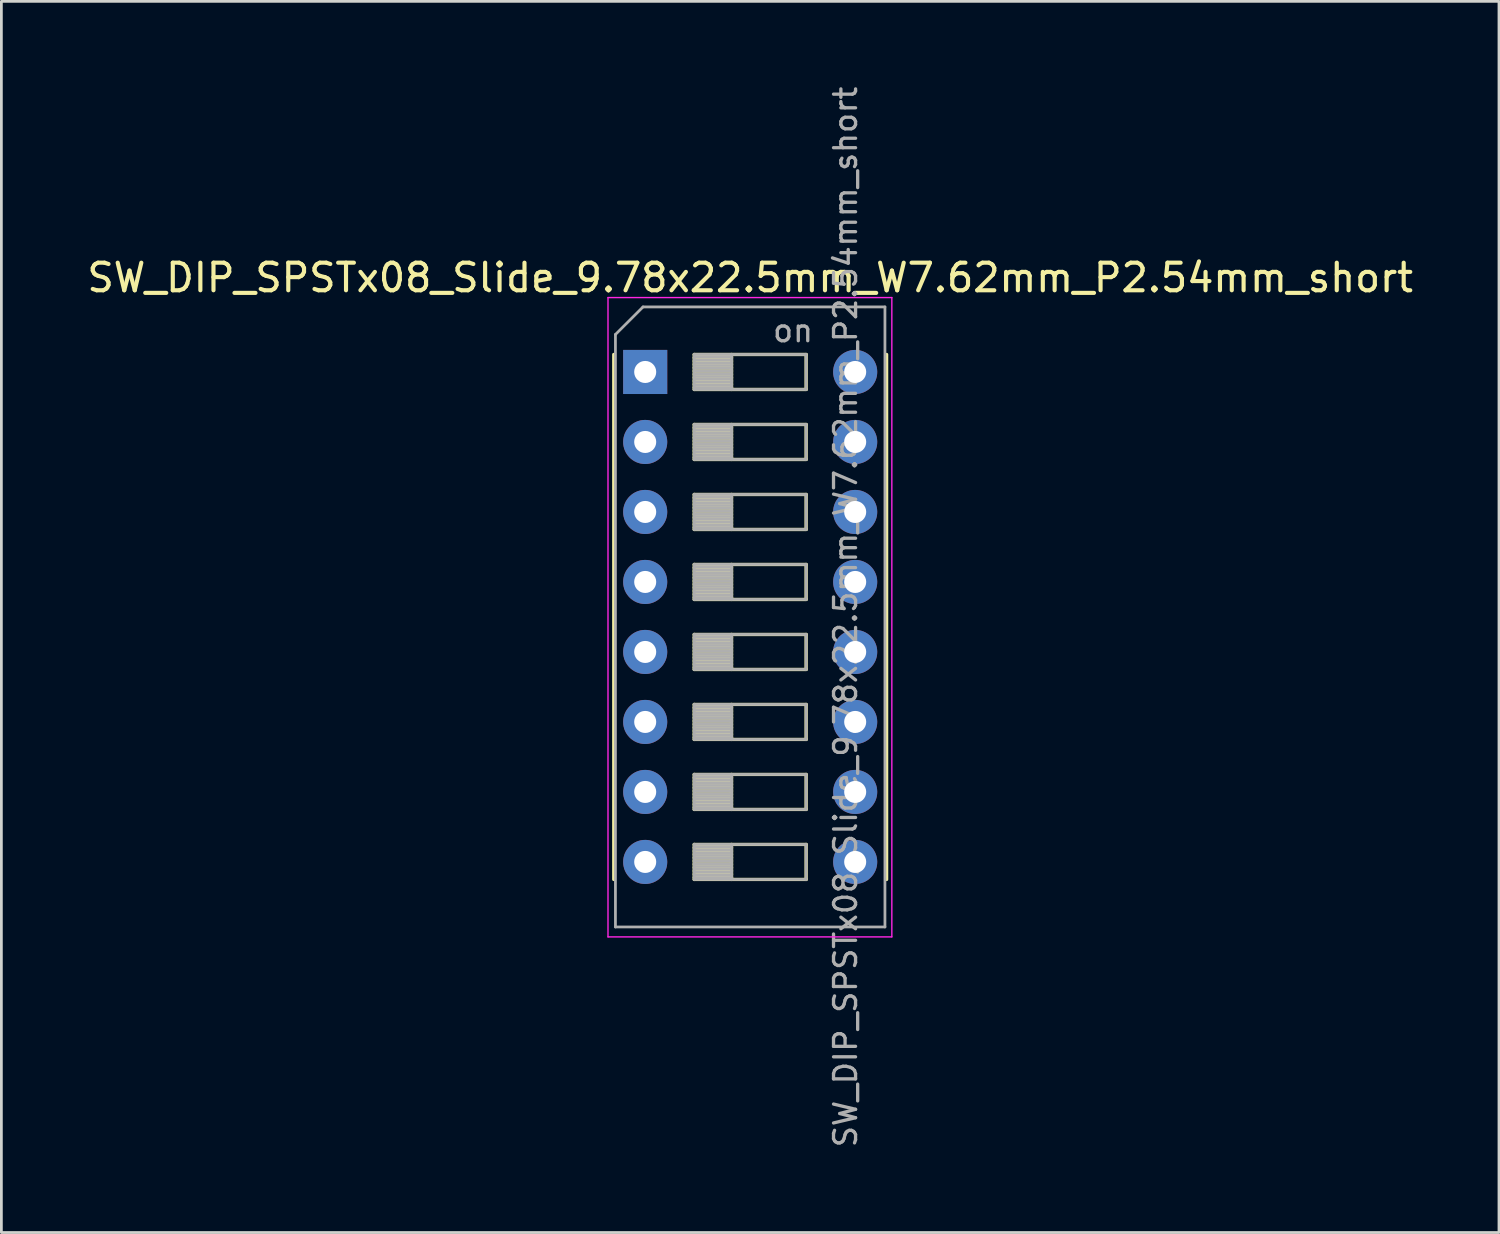
<source format=kicad_pcb>
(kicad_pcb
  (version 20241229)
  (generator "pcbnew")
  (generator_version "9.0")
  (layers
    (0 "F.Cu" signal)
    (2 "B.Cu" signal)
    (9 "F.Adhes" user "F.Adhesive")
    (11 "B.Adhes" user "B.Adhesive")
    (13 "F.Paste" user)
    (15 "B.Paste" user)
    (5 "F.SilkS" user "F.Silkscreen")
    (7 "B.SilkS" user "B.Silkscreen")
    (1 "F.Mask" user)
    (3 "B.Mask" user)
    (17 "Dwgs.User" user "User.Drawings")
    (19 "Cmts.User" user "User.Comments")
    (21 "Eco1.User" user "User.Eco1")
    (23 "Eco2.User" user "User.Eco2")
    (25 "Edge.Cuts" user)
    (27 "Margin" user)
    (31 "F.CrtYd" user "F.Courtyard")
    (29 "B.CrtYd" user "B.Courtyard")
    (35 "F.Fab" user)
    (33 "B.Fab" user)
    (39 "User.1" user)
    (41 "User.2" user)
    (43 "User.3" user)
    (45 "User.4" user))
  (footprint "SW_DIP_SPSTx08_Slide_9.78x22.5mm_W7.62mm_P2.54mm_short"
    (layer "F.Cu")
    (at 20.363 10.448)
    (property "Reference" "SW_DIP_SPSTx08_Slide_9.78x22.5mm_W7.62mm_P2.54mm_short" (at 3.81 -3.42 0) (layer "F.SilkS") (effects (font (size 1 1) (thickness 0.15))))
    (attr through_hole)
    (fp_line (start -1.14 -0.635) (end -1.14 18.415) (stroke (width 0.12) (type solid)) (layer "F.SilkS"))
    (fp_line (start 1.78 -0.635) (end 1.78 0.635) (stroke (width 0.12) (type solid)) (layer "F.SilkS"))
    (fp_line (start 1.78 -0.515) (end 3.133 -0.515) (stroke (width 0.12) (type solid)) (layer "F.SilkS"))
    (fp_line (start 1.78 -0.395) (end 3.133 -0.395) (stroke (width 0.12) (type solid)) (layer "F.SilkS"))
    (fp_line (start 1.78 -0.275) (end 3.133 -0.275) (stroke (width 0.12) (type solid)) (layer "F.SilkS"))
    (fp_line (start 1.78 -0.155) (end 3.133 -0.155) (stroke (width 0.12) (type solid)) (layer "F.SilkS"))
    (fp_line (start 1.78 -0.035) (end 3.133 -0.035) (stroke (width 0.12) (type solid)) (layer "F.SilkS"))
    (fp_line (start 1.78 0.085) (end 3.133 0.085) (stroke (width 0.12) (type solid)) (layer "F.SilkS"))
    (fp_line (start 1.78 0.205) (end 3.133 0.205) (stroke (width 0.12) (type solid)) (layer "F.SilkS"))
    (fp_line (start 1.78 0.325) (end 3.133 0.325) (stroke (width 0.12) (type solid)) (layer "F.SilkS"))
    (fp_line (start 1.78 0.445) (end 3.133 0.445) (stroke (width 0.12) (type solid)) (layer "F.SilkS"))
    (fp_line (start 1.78 0.565) (end 3.133 0.565) (stroke (width 0.12) (type solid)) (layer "F.SilkS"))
    (fp_line (start 1.78 0.635) (end 5.84 0.635) (stroke (width 0.12) (type solid)) (layer "F.SilkS"))
    (fp_line (start 1.78 1.905) (end 1.78 3.175) (stroke (width 0.12) (type solid)) (layer "F.SilkS"))
    (fp_line (start 1.78 2.025) (end 3.133 2.025) (stroke (width 0.12) (type solid)) (layer "F.SilkS"))
    (fp_line (start 1.78 2.145) (end 3.133 2.145) (stroke (width 0.12) (type solid)) (layer "F.SilkS"))
    (fp_line (start 1.78 2.265) (end 3.133 2.265) (stroke (width 0.12) (type solid)) (layer "F.SilkS"))
    (fp_line (start 1.78 2.385) (end 3.133 2.385) (stroke (width 0.12) (type solid)) (layer "F.SilkS"))
    (fp_line (start 1.78 2.505) (end 3.133 2.505) (stroke (width 0.12) (type solid)) (layer "F.SilkS"))
    (fp_line (start 1.78 2.625) (end 3.133 2.625) (stroke (width 0.12) (type solid)) (layer "F.SilkS"))
    (fp_line (start 1.78 2.745) (end 3.133 2.745) (stroke (width 0.12) (type solid)) (layer "F.SilkS"))
    (fp_line (start 1.78 2.865) (end 3.133 2.865) (stroke (width 0.12) (type solid)) (layer "F.SilkS"))
    (fp_line (start 1.78 2.985) (end 3.133 2.985) (stroke (width 0.12) (type solid)) (layer "F.SilkS"))
    (fp_line (start 1.78 3.105) (end 3.133 3.105) (stroke (width 0.12) (type solid)) (layer "F.SilkS"))
    (fp_line (start 1.78 3.175) (end 5.84 3.175) (stroke (width 0.12) (type solid)) (layer "F.SilkS"))
    (fp_line (start 1.78 4.445) (end 1.78 5.715) (stroke (width 0.12) (type solid)) (layer "F.SilkS"))
    (fp_line (start 1.78 4.565) (end 3.133 4.565) (stroke (width 0.12) (type solid)) (layer "F.SilkS"))
    (fp_line (start 1.78 4.685) (end 3.133 4.685) (stroke (width 0.12) (type solid)) (layer "F.SilkS"))
    (fp_line (start 1.78 4.805) (end 3.133 4.805) (stroke (width 0.12) (type solid)) (layer "F.SilkS"))
    (fp_line (start 1.78 4.925) (end 3.133 4.925) (stroke (width 0.12) (type solid)) (layer "F.SilkS"))
    (fp_line (start 1.78 5.045) (end 3.133 5.045) (stroke (width 0.12) (type solid)) (layer "F.SilkS"))
    (fp_line (start 1.78 5.165) (end 3.133 5.165) (stroke (width 0.12) (type solid)) (layer "F.SilkS"))
    (fp_line (start 1.78 5.285) (end 3.133 5.285) (stroke (width 0.12) (type solid)) (layer "F.SilkS"))
    (fp_line (start 1.78 5.405) (end 3.133 5.405) (stroke (width 0.12) (type solid)) (layer "F.SilkS"))
    (fp_line (start 1.78 5.525) (end 3.133 5.525) (stroke (width 0.12) (type solid)) (layer "F.SilkS"))
    (fp_line (start 1.78 5.645) (end 3.133 5.645) (stroke (width 0.12) (type solid)) (layer "F.SilkS"))
    (fp_line (start 1.78 5.715) (end 5.84 5.715) (stroke (width 0.12) (type solid)) (layer "F.SilkS"))
    (fp_line (start 1.78 6.985) (end 1.78 8.255) (stroke (width 0.12) (type solid)) (layer "F.SilkS"))
    (fp_line (start 1.78 7.105) (end 3.133 7.105) (stroke (width 0.12) (type solid)) (layer "F.SilkS"))
    (fp_line (start 1.78 7.225) (end 3.133 7.225) (stroke (width 0.12) (type solid)) (layer "F.SilkS"))
    (fp_line (start 1.78 7.345) (end 3.133 7.345) (stroke (width 0.12) (type solid)) (layer "F.SilkS"))
    (fp_line (start 1.78 7.465) (end 3.133 7.465) (stroke (width 0.12) (type solid)) (layer "F.SilkS"))
    (fp_line (start 1.78 7.585) (end 3.133 7.585) (stroke (width 0.12) (type solid)) (layer "F.SilkS"))
    (fp_line (start 1.78 7.705) (end 3.133 7.705) (stroke (width 0.12) (type solid)) (layer "F.SilkS"))
    (fp_line (start 1.78 7.825) (end 3.133 7.825) (stroke (width 0.12) (type solid)) (layer "F.SilkS"))
    (fp_line (start 1.78 7.945) (end 3.133 7.945) (stroke (width 0.12) (type solid)) (layer "F.SilkS"))
    (fp_line (start 1.78 8.065) (end 3.133 8.065) (stroke (width 0.12) (type solid)) (layer "F.SilkS"))
    (fp_line (start 1.78 8.185) (end 3.133 8.185) (stroke (width 0.12) (type solid)) (layer "F.SilkS"))
    (fp_line (start 1.78 8.255) (end 5.84 8.255) (stroke (width 0.12) (type solid)) (layer "F.SilkS"))
    (fp_line (start 1.78 9.525) (end 1.78 10.795) (stroke (width 0.12) (type solid)) (layer "F.SilkS"))
    (fp_line (start 1.78 9.645) (end 3.133 9.645) (stroke (width 0.12) (type solid)) (layer "F.SilkS"))
    (fp_line (start 1.78 9.765) (end 3.133 9.765) (stroke (width 0.12) (type solid)) (layer "F.SilkS"))
    (fp_line (start 1.78 9.885) (end 3.133 9.885) (stroke (width 0.12) (type solid)) (layer "F.SilkS"))
    (fp_line (start 1.78 10.005) (end 3.133 10.005) (stroke (width 0.12) (type solid)) (layer "F.SilkS"))
    (fp_line (start 1.78 10.125) (end 3.133 10.125) (stroke (width 0.12) (type solid)) (layer "F.SilkS"))
    (fp_line (start 1.78 10.245) (end 3.133 10.245) (stroke (width 0.12) (type solid)) (layer "F.SilkS"))
    (fp_line (start 1.78 10.365) (end 3.133 10.365) (stroke (width 0.12) (type solid)) (layer "F.SilkS"))
    (fp_line (start 1.78 10.485) (end 3.133 10.485) (stroke (width 0.12) (type solid)) (layer "F.SilkS"))
    (fp_line (start 1.78 10.605) (end 3.133 10.605) (stroke (width 0.12) (type solid)) (layer "F.SilkS"))
    (fp_line (start 1.78 10.725) (end 3.133 10.725) (stroke (width 0.12) (type solid)) (layer "F.SilkS"))
    (fp_line (start 1.78 10.795) (end 5.84 10.795) (stroke (width 0.12) (type solid)) (layer "F.SilkS"))
    (fp_line (start 1.78 12.065) (end 1.78 13.335) (stroke (width 0.12) (type solid)) (layer "F.SilkS"))
    (fp_line (start 1.78 12.185) (end 3.133 12.185) (stroke (width 0.12) (type solid)) (layer "F.SilkS"))
    (fp_line (start 1.78 12.305) (end 3.133 12.305) (stroke (width 0.12) (type solid)) (layer "F.SilkS"))
    (fp_line (start 1.78 12.425) (end 3.133 12.425) (stroke (width 0.12) (type solid)) (layer "F.SilkS"))
    (fp_line (start 1.78 12.545) (end 3.133 12.545) (stroke (width 0.12) (type solid)) (layer "F.SilkS"))
    (fp_line (start 1.78 12.665) (end 3.133 12.665) (stroke (width 0.12) (type solid)) (layer "F.SilkS"))
    (fp_line (start 1.78 12.785) (end 3.133 12.785) (stroke (width 0.12) (type solid)) (layer "F.SilkS"))
    (fp_line (start 1.78 12.905) (end 3.133 12.905) (stroke (width 0.12) (type solid)) (layer "F.SilkS"))
    (fp_line (start 1.78 13.025) (end 3.133 13.025) (stroke (width 0.12) (type solid)) (layer "F.SilkS"))
    (fp_line (start 1.78 13.145) (end 3.133 13.145) (stroke (width 0.12) (type solid)) (layer "F.SilkS"))
    (fp_line (start 1.78 13.265) (end 3.133 13.265) (stroke (width 0.12) (type solid)) (layer "F.SilkS"))
    (fp_line (start 1.78 13.335) (end 5.84 13.335) (stroke (width 0.12) (type solid)) (layer "F.SilkS"))
    (fp_line (start 1.78 14.605) (end 1.78 15.875) (stroke (width 0.12) (type solid)) (layer "F.SilkS"))
    (fp_line (start 1.78 14.725) (end 3.133 14.725) (stroke (width 0.12) (type solid)) (layer "F.SilkS"))
    (fp_line (start 1.78 14.845) (end 3.133 14.845) (stroke (width 0.12) (type solid)) (layer "F.SilkS"))
    (fp_line (start 1.78 14.965) (end 3.133 14.965) (stroke (width 0.12) (type solid)) (layer "F.SilkS"))
    (fp_line (start 1.78 15.085) (end 3.133 15.085) (stroke (width 0.12) (type solid)) (layer "F.SilkS"))
    (fp_line (start 1.78 15.205) (end 3.133 15.205) (stroke (width 0.12) (type solid)) (layer "F.SilkS"))
    (fp_line (start 1.78 15.325) (end 3.133 15.325) (stroke (width 0.12) (type solid)) (layer "F.SilkS"))
    (fp_line (start 1.78 15.445) (end 3.133 15.445) (stroke (width 0.12) (type solid)) (layer "F.SilkS"))
    (fp_line (start 1.78 15.565) (end 3.133 15.565) (stroke (width 0.12) (type solid)) (layer "F.SilkS"))
    (fp_line (start 1.78 15.685) (end 3.133 15.685) (stroke (width 0.12) (type solid)) (layer "F.SilkS"))
    (fp_line (start 1.78 15.805) (end 3.133 15.805) (stroke (width 0.12) (type solid)) (layer "F.SilkS"))
    (fp_line (start 1.78 15.875) (end 5.84 15.875) (stroke (width 0.12) (type solid)) (layer "F.SilkS"))
    (fp_line (start 1.78 17.145) (end 1.78 18.415) (stroke (width 0.12) (type solid)) (layer "F.SilkS"))
    (fp_line (start 1.78 17.265) (end 3.133 17.265) (stroke (width 0.12) (type solid)) (layer "F.SilkS"))
    (fp_line (start 1.78 17.385) (end 3.133 17.385) (stroke (width 0.12) (type solid)) (layer "F.SilkS"))
    (fp_line (start 1.78 17.505) (end 3.133 17.505) (stroke (width 0.12) (type solid)) (layer "F.SilkS"))
    (fp_line (start 1.78 17.625) (end 3.133 17.625) (stroke (width 0.12) (type solid)) (layer "F.SilkS"))
    (fp_line (start 1.78 17.745) (end 3.133 17.745) (stroke (width 0.12) (type solid)) (layer "F.SilkS"))
    (fp_line (start 1.78 17.865) (end 3.133 17.865) (stroke (width 0.12) (type solid)) (layer "F.SilkS"))
    (fp_line (start 1.78 17.985) (end 3.133 17.985) (stroke (width 0.12) (type solid)) (layer "F.SilkS"))
    (fp_line (start 1.78 18.105) (end 3.133 18.105) (stroke (width 0.12) (type solid)) (layer "F.SilkS"))
    (fp_line (start 1.78 18.225) (end 3.133 18.225) (stroke (width 0.12) (type solid)) (layer "F.SilkS"))
    (fp_line (start 1.78 18.345) (end 3.133 18.345) (stroke (width 0.12) (type solid)) (layer "F.SilkS"))
    (fp_line (start 1.78 18.415) (end 5.84 18.415) (stroke (width 0.12) (type solid)) (layer "F.SilkS"))
    (fp_line (start 3.133 -0.635) (end 3.133 0.635) (stroke (width 0.12) (type solid)) (layer "F.SilkS"))
    (fp_line (start 3.133 1.905) (end 3.133 3.175) (stroke (width 0.12) (type solid)) (layer "F.SilkS"))
    (fp_line (start 3.133 4.445) (end 3.133 5.715) (stroke (width 0.12) (type solid)) (layer "F.SilkS"))
    (fp_line (start 3.133 6.985) (end 3.133 8.255) (stroke (width 0.12) (type solid)) (layer "F.SilkS"))
    (fp_line (start 3.133 9.525) (end 3.133 10.795) (stroke (width 0.12) (type solid)) (layer "F.SilkS"))
    (fp_line (start 3.133 12.065) (end 3.133 13.335) (stroke (width 0.12) (type solid)) (layer "F.SilkS"))
    (fp_line (start 3.133 14.605) (end 3.133 15.875) (stroke (width 0.12) (type solid)) (layer "F.SilkS"))
    (fp_line (start 3.133 17.145) (end 3.133 18.415) (stroke (width 0.12) (type solid)) (layer "F.SilkS"))
    (fp_line (start 5.84 -0.635) (end 1.78 -0.635) (stroke (width 0.12) (type solid)) (layer "F.SilkS"))
    (fp_line (start 5.84 0.635) (end 5.84 -0.635) (stroke (width 0.12) (type solid)) (layer "F.SilkS"))
    (fp_line (start 5.84 1.905) (end 1.78 1.905) (stroke (width 0.12) (type solid)) (layer "F.SilkS"))
    (fp_line (start 5.84 3.175) (end 5.84 1.905) (stroke (width 0.12) (type solid)) (layer "F.SilkS"))
    (fp_line (start 5.84 4.445) (end 1.78 4.445) (stroke (width 0.12) (type solid)) (layer "F.SilkS"))
    (fp_line (start 5.84 5.715) (end 5.84 4.445) (stroke (width 0.12) (type solid)) (layer "F.SilkS"))
    (fp_line (start 5.84 6.985) (end 1.78 6.985) (stroke (width 0.12) (type solid)) (layer "F.SilkS"))
    (fp_line (start 5.84 8.255) (end 5.84 6.985) (stroke (width 0.12) (type solid)) (layer "F.SilkS"))
    (fp_line (start 5.84 9.525) (end 1.78 9.525) (stroke (width 0.12) (type solid)) (layer "F.SilkS"))
    (fp_line (start 5.84 10.795) (end 5.84 9.525) (stroke (width 0.12) (type solid)) (layer "F.SilkS"))
    (fp_line (start 5.84 12.065) (end 1.78 12.065) (stroke (width 0.12) (type solid)) (layer "F.SilkS"))
    (fp_line (start 5.84 13.335) (end 5.84 12.065) (stroke (width 0.12) (type solid)) (layer "F.SilkS"))
    (fp_line (start 5.84 14.605) (end 1.78 14.605) (stroke (width 0.12) (type solid)) (layer "F.SilkS"))
    (fp_line (start 5.84 15.875) (end 5.84 14.605) (stroke (width 0.12) (type solid)) (layer "F.SilkS"))
    (fp_line (start 5.84 17.145) (end 1.78 17.145) (stroke (width 0.12) (type solid)) (layer "F.SilkS"))
    (fp_line (start 5.84 18.415) (end 5.84 17.145) (stroke (width 0.12) (type solid)) (layer "F.SilkS"))
    (fp_line (start 8.76 -0.635) (end 8.76 18.415) (stroke (width 0.12) (type solid)) (layer "F.SilkS"))
    (fp_line (start -1.35 -2.7) (end -1.35 20.5) (stroke (width 0.05) (type solid)) (layer "F.CrtYd"))
    (fp_line (start -1.35 20.5) (end 8.95 20.5) (stroke (width 0.05) (type solid)) (layer "F.CrtYd"))
    (fp_line (start 8.95 -2.7) (end -1.35 -2.7) (stroke (width 0.05) (type solid)) (layer "F.CrtYd"))
    (fp_line (start 8.95 20.5) (end 8.95 -2.7) (stroke (width 0.05) (type solid)) (layer "F.CrtYd"))
    (fp_line (start -1.08 -1.36) (end -0.08 -2.36) (stroke (width 0.1) (type solid)) (layer "F.Fab"))
    (fp_line (start -1.08 20.14) (end -1.08 -1.36) (stroke (width 0.1) (type solid)) (layer "F.Fab"))
    (fp_line (start -0.08 -2.36) (end 8.7 -2.36) (stroke (width 0.1) (type solid)) (layer "F.Fab"))
    (fp_line (start 1.78 -0.635) (end 1.78 0.635) (stroke (width 0.1) (type solid)) (layer "F.Fab"))
    (fp_line (start 1.78 -0.535) (end 3.133 -0.535) (stroke (width 0.1) (type solid)) (layer "F.Fab"))
    (fp_line (start 1.78 -0.435) (end 3.133 -0.435) (stroke (width 0.1) (type solid)) (layer "F.Fab"))
    (fp_line (start 1.78 -0.335) (end 3.133 -0.335) (stroke (width 0.1) (type solid)) (layer "F.Fab"))
    (fp_line (start 1.78 -0.235) (end 3.133 -0.235) (stroke (width 0.1) (type solid)) (layer "F.Fab"))
    (fp_line (start 1.78 -0.135) (end 3.133 -0.135) (stroke (width 0.1) (type solid)) (layer "F.Fab"))
    (fp_line (start 1.78 -0.035) (end 3.133 -0.035) (stroke (width 0.1) (type solid)) (layer "F.Fab"))
    (fp_line (start 1.78 0.065) (end 3.133 0.065) (stroke (width 0.1) (type solid)) (layer "F.Fab"))
    (fp_line (start 1.78 0.165) (end 3.133 0.165) (stroke (width 0.1) (type solid)) (layer "F.Fab"))
    (fp_line (start 1.78 0.265) (end 3.133 0.265) (stroke (width 0.1) (type solid)) (layer "F.Fab"))
    (fp_line (start 1.78 0.365) (end 3.133 0.365) (stroke (width 0.1) (type solid)) (layer "F.Fab"))
    (fp_line (start 1.78 0.465) (end 3.133 0.465) (stroke (width 0.1) (type solid)) (layer "F.Fab"))
    (fp_line (start 1.78 0.565) (end 3.133 0.565) (stroke (width 0.1) (type solid)) (layer "F.Fab"))
    (fp_line (start 1.78 0.635) (end 5.84 0.635) (stroke (width 0.1) (type solid)) (layer "F.Fab"))
    (fp_line (start 1.78 1.905) (end 1.78 3.175) (stroke (width 0.1) (type solid)) (layer "F.Fab"))
    (fp_line (start 1.78 2.005) (end 3.133 2.005) (stroke (width 0.1) (type solid)) (layer "F.Fab"))
    (fp_line (start 1.78 2.105) (end 3.133 2.105) (stroke (width 0.1) (type solid)) (layer "F.Fab"))
    (fp_line (start 1.78 2.205) (end 3.133 2.205) (stroke (width 0.1) (type solid)) (layer "F.Fab"))
    (fp_line (start 1.78 2.305) (end 3.133 2.305) (stroke (width 0.1) (type solid)) (layer "F.Fab"))
    (fp_line (start 1.78 2.405) (end 3.133 2.405) (stroke (width 0.1) (type solid)) (layer "F.Fab"))
    (fp_line (start 1.78 2.505) (end 3.133 2.505) (stroke (width 0.1) (type solid)) (layer "F.Fab"))
    (fp_line (start 1.78 2.605) (end 3.133 2.605) (stroke (width 0.1) (type solid)) (layer "F.Fab"))
    (fp_line (start 1.78 2.705) (end 3.133 2.705) (stroke (width 0.1) (type solid)) (layer "F.Fab"))
    (fp_line (start 1.78 2.805) (end 3.133 2.805) (stroke (width 0.1) (type solid)) (layer "F.Fab"))
    (fp_line (start 1.78 2.905) (end 3.133 2.905) (stroke (width 0.1) (type solid)) (layer "F.Fab"))
    (fp_line (start 1.78 3.005) (end 3.133 3.005) (stroke (width 0.1) (type solid)) (layer "F.Fab"))
    (fp_line (start 1.78 3.105) (end 3.133 3.105) (stroke (width 0.1) (type solid)) (layer "F.Fab"))
    (fp_line (start 1.78 3.175) (end 5.84 3.175) (stroke (width 0.1) (type solid)) (layer "F.Fab"))
    (fp_line (start 1.78 4.445) (end 1.78 5.715) (stroke (width 0.1) (type solid)) (layer "F.Fab"))
    (fp_line (start 1.78 4.545) (end 3.133 4.545) (stroke (width 0.1) (type solid)) (layer "F.Fab"))
    (fp_line (start 1.78 4.645) (end 3.133 4.645) (stroke (width 0.1) (type solid)) (layer "F.Fab"))
    (fp_line (start 1.78 4.745) (end 3.133 4.745) (stroke (width 0.1) (type solid)) (layer "F.Fab"))
    (fp_line (start 1.78 4.845) (end 3.133 4.845) (stroke (width 0.1) (type solid)) (layer "F.Fab"))
    (fp_line (start 1.78 4.945) (end 3.133 4.945) (stroke (width 0.1) (type solid)) (layer "F.Fab"))
    (fp_line (start 1.78 5.045) (end 3.133 5.045) (stroke (width 0.1) (type solid)) (layer "F.Fab"))
    (fp_line (start 1.78 5.145) (end 3.133 5.145) (stroke (width 0.1) (type solid)) (layer "F.Fab"))
    (fp_line (start 1.78 5.245) (end 3.133 5.245) (stroke (width 0.1) (type solid)) (layer "F.Fab"))
    (fp_line (start 1.78 5.345) (end 3.133 5.345) (stroke (width 0.1) (type solid)) (layer "F.Fab"))
    (fp_line (start 1.78 5.445) (end 3.133 5.445) (stroke (width 0.1) (type solid)) (layer "F.Fab"))
    (fp_line (start 1.78 5.545) (end 3.133 5.545) (stroke (width 0.1) (type solid)) (layer "F.Fab"))
    (fp_line (start 1.78 5.645) (end 3.133 5.645) (stroke (width 0.1) (type solid)) (layer "F.Fab"))
    (fp_line (start 1.78 5.715) (end 5.84 5.715) (stroke (width 0.1) (type solid)) (layer "F.Fab"))
    (fp_line (start 1.78 6.985) (end 1.78 8.255) (stroke (width 0.1) (type solid)) (layer "F.Fab"))
    (fp_line (start 1.78 7.085) (end 3.133 7.085) (stroke (width 0.1) (type solid)) (layer "F.Fab"))
    (fp_line (start 1.78 7.185) (end 3.133 7.185) (stroke (width 0.1) (type solid)) (layer "F.Fab"))
    (fp_line (start 1.78 7.285) (end 3.133 7.285) (stroke (width 0.1) (type solid)) (layer "F.Fab"))
    (fp_line (start 1.78 7.385) (end 3.133 7.385) (stroke (width 0.1) (type solid)) (layer "F.Fab"))
    (fp_line (start 1.78 7.485) (end 3.133 7.485) (stroke (width 0.1) (type solid)) (layer "F.Fab"))
    (fp_line (start 1.78 7.585) (end 3.133 7.585) (stroke (width 0.1) (type solid)) (layer "F.Fab"))
    (fp_line (start 1.78 7.685) (end 3.133 7.685) (stroke (width 0.1) (type solid)) (layer "F.Fab"))
    (fp_line (start 1.78 7.785) (end 3.133 7.785) (stroke (width 0.1) (type solid)) (layer "F.Fab"))
    (fp_line (start 1.78 7.885) (end 3.133 7.885) (stroke (width 0.1) (type solid)) (layer "F.Fab"))
    (fp_line (start 1.78 7.985) (end 3.133 7.985) (stroke (width 0.1) (type solid)) (layer "F.Fab"))
    (fp_line (start 1.78 8.085) (end 3.133 8.085) (stroke (width 0.1) (type solid)) (layer "F.Fab"))
    (fp_line (start 1.78 8.185) (end 3.133 8.185) (stroke (width 0.1) (type solid)) (layer "F.Fab"))
    (fp_line (start 1.78 8.255) (end 5.84 8.255) (stroke (width 0.1) (type solid)) (layer "F.Fab"))
    (fp_line (start 1.78 9.525) (end 1.78 10.795) (stroke (width 0.1) (type solid)) (layer "F.Fab"))
    (fp_line (start 1.78 9.625) (end 3.133 9.625) (stroke (width 0.1) (type solid)) (layer "F.Fab"))
    (fp_line (start 1.78 9.725) (end 3.133 9.725) (stroke (width 0.1) (type solid)) (layer "F.Fab"))
    (fp_line (start 1.78 9.825) (end 3.133 9.825) (stroke (width 0.1) (type solid)) (layer "F.Fab"))
    (fp_line (start 1.78 9.925) (end 3.133 9.925) (stroke (width 0.1) (type solid)) (layer "F.Fab"))
    (fp_line (start 1.78 10.025) (end 3.133 10.025) (stroke (width 0.1) (type solid)) (layer "F.Fab"))
    (fp_line (start 1.78 10.125) (end 3.133 10.125) (stroke (width 0.1) (type solid)) (layer "F.Fab"))
    (fp_line (start 1.78 10.225) (end 3.133 10.225) (stroke (width 0.1) (type solid)) (layer "F.Fab"))
    (fp_line (start 1.78 10.325) (end 3.133 10.325) (stroke (width 0.1) (type solid)) (layer "F.Fab"))
    (fp_line (start 1.78 10.425) (end 3.133 10.425) (stroke (width 0.1) (type solid)) (layer "F.Fab"))
    (fp_line (start 1.78 10.525) (end 3.133 10.525) (stroke (width 0.1) (type solid)) (layer "F.Fab"))
    (fp_line (start 1.78 10.625) (end 3.133 10.625) (stroke (width 0.1) (type solid)) (layer "F.Fab"))
    (fp_line (start 1.78 10.725) (end 3.133 10.725) (stroke (width 0.1) (type solid)) (layer "F.Fab"))
    (fp_line (start 1.78 10.795) (end 5.84 10.795) (stroke (width 0.1) (type solid)) (layer "F.Fab"))
    (fp_line (start 1.78 12.065) (end 1.78 13.335) (stroke (width 0.1) (type solid)) (layer "F.Fab"))
    (fp_line (start 1.78 12.165) (end 3.133 12.165) (stroke (width 0.1) (type solid)) (layer "F.Fab"))
    (fp_line (start 1.78 12.265) (end 3.133 12.265) (stroke (width 0.1) (type solid)) (layer "F.Fab"))
    (fp_line (start 1.78 12.365) (end 3.133 12.365) (stroke (width 0.1) (type solid)) (layer "F.Fab"))
    (fp_line (start 1.78 12.465) (end 3.133 12.465) (stroke (width 0.1) (type solid)) (layer "F.Fab"))
    (fp_line (start 1.78 12.565) (end 3.133 12.565) (stroke (width 0.1) (type solid)) (layer "F.Fab"))
    (fp_line (start 1.78 12.665) (end 3.133 12.665) (stroke (width 0.1) (type solid)) (layer "F.Fab"))
    (fp_line (start 1.78 12.765) (end 3.133 12.765) (stroke (width 0.1) (type solid)) (layer "F.Fab"))
    (fp_line (start 1.78 12.865) (end 3.133 12.865) (stroke (width 0.1) (type solid)) (layer "F.Fab"))
    (fp_line (start 1.78 12.965) (end 3.133 12.965) (stroke (width 0.1) (type solid)) (layer "F.Fab"))
    (fp_line (start 1.78 13.065) (end 3.133 13.065) (stroke (width 0.1) (type solid)) (layer "F.Fab"))
    (fp_line (start 1.78 13.165) (end 3.133 13.165) (stroke (width 0.1) (type solid)) (layer "F.Fab"))
    (fp_line (start 1.78 13.265) (end 3.133 13.265) (stroke (width 0.1) (type solid)) (layer "F.Fab"))
    (fp_line (start 1.78 13.335) (end 5.84 13.335) (stroke (width 0.1) (type solid)) (layer "F.Fab"))
    (fp_line (start 1.78 14.605) (end 1.78 15.875) (stroke (width 0.1) (type solid)) (layer "F.Fab"))
    (fp_line (start 1.78 14.705) (end 3.133 14.705) (stroke (width 0.1) (type solid)) (layer "F.Fab"))
    (fp_line (start 1.78 14.805) (end 3.133 14.805) (stroke (width 0.1) (type solid)) (layer "F.Fab"))
    (fp_line (start 1.78 14.905) (end 3.133 14.905) (stroke (width 0.1) (type solid)) (layer "F.Fab"))
    (fp_line (start 1.78 15.005) (end 3.133 15.005) (stroke (width 0.1) (type solid)) (layer "F.Fab"))
    (fp_line (start 1.78 15.105) (end 3.133 15.105) (stroke (width 0.1) (type solid)) (layer "F.Fab"))
    (fp_line (start 1.78 15.205) (end 3.133 15.205) (stroke (width 0.1) (type solid)) (layer "F.Fab"))
    (fp_line (start 1.78 15.305) (end 3.133 15.305) (stroke (width 0.1) (type solid)) (layer "F.Fab"))
    (fp_line (start 1.78 15.405) (end 3.133 15.405) (stroke (width 0.1) (type solid)) (layer "F.Fab"))
    (fp_line (start 1.78 15.505) (end 3.133 15.505) (stroke (width 0.1) (type solid)) (layer "F.Fab"))
    (fp_line (start 1.78 15.605) (end 3.133 15.605) (stroke (width 0.1) (type solid)) (layer "F.Fab"))
    (fp_line (start 1.78 15.705) (end 3.133 15.705) (stroke (width 0.1) (type solid)) (layer "F.Fab"))
    (fp_line (start 1.78 15.805) (end 3.133 15.805) (stroke (width 0.1) (type solid)) (layer "F.Fab"))
    (fp_line (start 1.78 15.875) (end 5.84 15.875) (stroke (width 0.1) (type solid)) (layer "F.Fab"))
    (fp_line (start 1.78 17.145) (end 1.78 18.415) (stroke (width 0.1) (type solid)) (layer "F.Fab"))
    (fp_line (start 1.78 17.245) (end 3.133 17.245) (stroke (width 0.1) (type solid)) (layer "F.Fab"))
    (fp_line (start 1.78 17.345) (end 3.133 17.345) (stroke (width 0.1) (type solid)) (layer "F.Fab"))
    (fp_line (start 1.78 17.445) (end 3.133 17.445) (stroke (width 0.1) (type solid)) (layer "F.Fab"))
    (fp_line (start 1.78 17.545) (end 3.133 17.545) (stroke (width 0.1) (type solid)) (layer "F.Fab"))
    (fp_line (start 1.78 17.645) (end 3.133 17.645) (stroke (width 0.1) (type solid)) (layer "F.Fab"))
    (fp_line (start 1.78 17.745) (end 3.133 17.745) (stroke (width 0.1) (type solid)) (layer "F.Fab"))
    (fp_line (start 1.78 17.845) (end 3.133 17.845) (stroke (width 0.1) (type solid)) (layer "F.Fab"))
    (fp_line (start 1.78 17.945) (end 3.133 17.945) (stroke (width 0.1) (type solid)) (layer "F.Fab"))
    (fp_line (start 1.78 18.045) (end 3.133 18.045) (stroke (width 0.1) (type solid)) (layer "F.Fab"))
    (fp_line (start 1.78 18.145) (end 3.133 18.145) (stroke (width 0.1) (type solid)) (layer "F.Fab"))
    (fp_line (start 1.78 18.245) (end 3.133 18.245) (stroke (width 0.1) (type solid)) (layer "F.Fab"))
    (fp_line (start 1.78 18.345) (end 3.133 18.345) (stroke (width 0.1) (type solid)) (layer "F.Fab"))
    (fp_line (start 1.78 18.415) (end 5.84 18.415) (stroke (width 0.1) (type solid)) (layer "F.Fab"))
    (fp_line (start 3.133 -0.635) (end 3.133 0.635) (stroke (width 0.1) (type solid)) (layer "F.Fab"))
    (fp_line (start 3.133 1.905) (end 3.133 3.175) (stroke (width 0.1) (type solid)) (layer "F.Fab"))
    (fp_line (start 3.133 4.445) (end 3.133 5.715) (stroke (width 0.1) (type solid)) (layer "F.Fab"))
    (fp_line (start 3.133 6.985) (end 3.133 8.255) (stroke (width 0.1) (type solid)) (layer "F.Fab"))
    (fp_line (start 3.133 9.525) (end 3.133 10.795) (stroke (width 0.1) (type solid)) (layer "F.Fab"))
    (fp_line (start 3.133 12.065) (end 3.133 13.335) (stroke (width 0.1) (type solid)) (layer "F.Fab"))
    (fp_line (start 3.133 14.605) (end 3.133 15.875) (stroke (width 0.1) (type solid)) (layer "F.Fab"))
    (fp_line (start 3.133 17.145) (end 3.133 18.415) (stroke (width 0.1) (type solid)) (layer "F.Fab"))
    (fp_line (start 5.84 -0.635) (end 1.78 -0.635) (stroke (width 0.1) (type solid)) (layer "F.Fab"))
    (fp_line (start 5.84 0.635) (end 5.84 -0.635) (stroke (width 0.1) (type solid)) (layer "F.Fab"))
    (fp_line (start 5.84 1.905) (end 1.78 1.905) (stroke (width 0.1) (type solid)) (layer "F.Fab"))
    (fp_line (start 5.84 3.175) (end 5.84 1.905) (stroke (width 0.1) (type solid)) (layer "F.Fab"))
    (fp_line (start 5.84 4.445) (end 1.78 4.445) (stroke (width 0.1) (type solid)) (layer "F.Fab"))
    (fp_line (start 5.84 5.715) (end 5.84 4.445) (stroke (width 0.1) (type solid)) (layer "F.Fab"))
    (fp_line (start 5.84 6.985) (end 1.78 6.985) (stroke (width 0.1) (type solid)) (layer "F.Fab"))
    (fp_line (start 5.84 8.255) (end 5.84 6.985) (stroke (width 0.1) (type solid)) (layer "F.Fab"))
    (fp_line (start 5.84 9.525) (end 1.78 9.525) (stroke (width 0.1) (type solid)) (layer "F.Fab"))
    (fp_line (start 5.84 10.795) (end 5.84 9.525) (stroke (width 0.1) (type solid)) (layer "F.Fab"))
    (fp_line (start 5.84 12.065) (end 1.78 12.065) (stroke (width 0.1) (type solid)) (layer "F.Fab"))
    (fp_line (start 5.84 13.335) (end 5.84 12.065) (stroke (width 0.1) (type solid)) (layer "F.Fab"))
    (fp_line (start 5.84 14.605) (end 1.78 14.605) (stroke (width 0.1) (type solid)) (layer "F.Fab"))
    (fp_line (start 5.84 15.875) (end 5.84 14.605) (stroke (width 0.1) (type solid)) (layer "F.Fab"))
    (fp_line (start 5.84 17.145) (end 1.78 17.145) (stroke (width 0.1) (type solid)) (layer "F.Fab"))
    (fp_line (start 5.84 18.415) (end 5.84 17.145) (stroke (width 0.1) (type solid)) (layer "F.Fab"))
    (fp_line (start 8.7 -2.36) (end 8.7 20.14) (stroke (width 0.1) (type solid)) (layer "F.Fab"))
    (fp_line (start 8.7 20.14) (end -1.08 20.14) (stroke (width 0.1) (type solid)) (layer "F.Fab"))
    (fp_text user "on" (at 5.365 -1.498 0) (layer "F.Fab") (effects (font (size 0.8 0.8) (thickness 0.12))))
    (fp_text user "${REFERENCE}" (at 7.27 8.89 90) (layer "F.Fab") (effects (font (size 0.8 0.8) (thickness 0.12))))
    (pad "1" thru_hole rect (at 0 0) (size 1.6 1.6) (drill 0.8) (layers "*.Cu" "*.Mask"))
    (pad "2" thru_hole oval (at 0 2.54) (size 1.6 1.6) (drill 0.8) (layers "*.Cu" "*.Mask"))
    (pad "3" thru_hole oval (at 0 5.08) (size 1.6 1.6) (drill 0.8) (layers "*.Cu" "*.Mask"))
    (pad "4" thru_hole oval (at 0 7.62) (size 1.6 1.6) (drill 0.8) (layers "*.Cu" "*.Mask"))
    (pad "5" thru_hole oval (at 0 10.16) (size 1.6 1.6) (drill 0.8) (layers "*.Cu" "*.Mask"))
    (pad "6" thru_hole oval (at 0 12.7) (size 1.6 1.6) (drill 0.8) (layers "*.Cu" "*.Mask"))
    (pad "7" thru_hole oval (at 0 15.24) (size 1.6 1.6) (drill 0.8) (layers "*.Cu" "*.Mask"))
    (pad "8" thru_hole oval (at 0 17.78) (size 1.6 1.6) (drill 0.8) (layers "*.Cu" "*.Mask"))
    (pad "9" thru_hole oval (at 7.62 17.78) (size 1.6 1.6) (drill 0.8) (layers "*.Cu" "*.Mask"))
    (pad "10" thru_hole oval (at 7.62 15.24) (size 1.6 1.6) (drill 0.8) (layers "*.Cu" "*.Mask"))
    (pad "11" thru_hole oval (at 7.62 12.7) (size 1.6 1.6) (drill 0.8) (layers "*.Cu" "*.Mask"))
    (pad "12" thru_hole oval (at 7.62 10.16) (size 1.6 1.6) (drill 0.8) (layers "*.Cu" "*.Mask"))
    (pad "13" thru_hole oval (at 7.62 7.62) (size 1.6 1.6) (drill 0.8) (layers "*.Cu" "*.Mask"))
    (pad "14" thru_hole oval (at 7.62 5.08) (size 1.6 1.6) (drill 0.8) (layers "*.Cu" "*.Mask"))
    (pad "15" thru_hole oval (at 7.62 2.54) (size 1.6 1.6) (drill 0.8) (layers "*.Cu" "*.Mask"))
    (pad "16" thru_hole oval (at 7.62 0) (size 1.6 1.6) (drill 0.8) (layers "*.Cu" "*.Mask")))
  (gr_rect
    (start -3 -3)
    (end 51.345 41.676)
    (stroke (width 0.1) (type default))
    (fill no)
    (layer "Edge.Cuts")))
</source>
